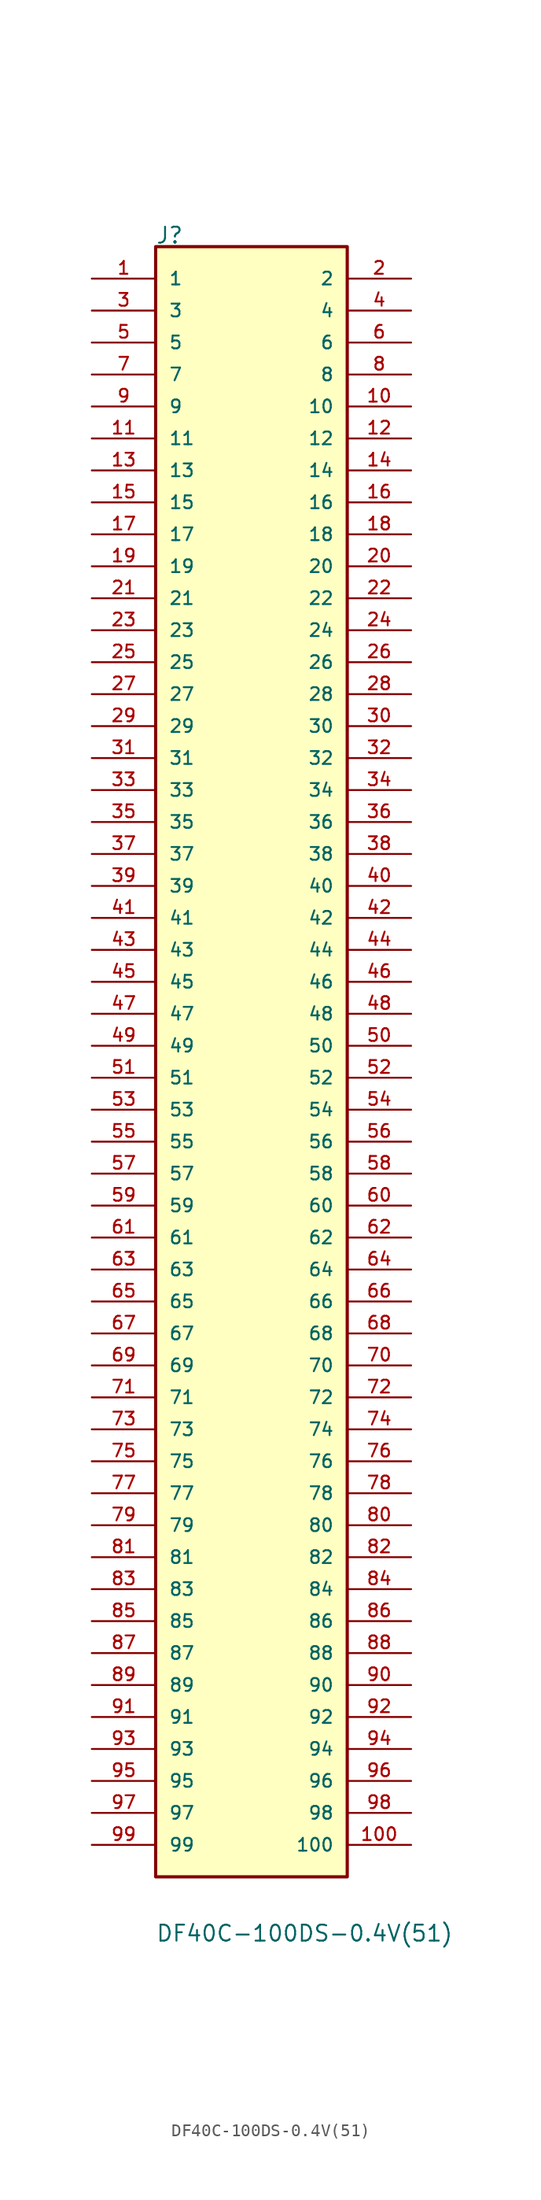
<source format=kicad_sym>
(kicad_symbol_lib
  (version 20211014)
  (generator kicad_symbol_editor)
  (symbol "DF40C-100DS-0.4V(51)"
    (pin_names
      (offset 1.016))
    (property "Reference" "J"
      (at -7.638 63.653 0)
      (effects (font (size 1.27 1.27)) (justify bottom left)))
    (property "Value" "DF40C-100DS-0.4V(51)"
      (at -7.636 -71.272 0)
      (effects (font (size 1.27 1.27)) (justify bottom left)))
    (symbol "DF40C-100DS-0.4V(51)_0_0"
      (rectangle (start -7.62 -66.04) (end 7.62 63.5) (stroke (width 0.254)) (fill (type background)))
      (pin passive line (at -12.7 60.96 0) (length 5.08) (name "1" (effects (font (size 1.016 1.016)))) (number "1" (effects (font (size 1.016 1.016)))))
      (pin passive line (at 12.7 60.96 180.0) (length 5.08) (name "2" (effects (font (size 1.016 1.016)))) (number "2" (effects (font (size 1.016 1.016)))))
      (pin passive line (at -12.7 58.42 0) (length 5.08) (name "3" (effects (font (size 1.016 1.016)))) (number "3" (effects (font (size 1.016 1.016)))))
      (pin passive line (at 12.7 58.42 180.0) (length 5.08) (name "4" (effects (font (size 1.016 1.016)))) (number "4" (effects (font (size 1.016 1.016)))))
      (pin passive line (at -12.7 55.88 0) (length 5.08) (name "5" (effects (font (size 1.016 1.016)))) (number "5" (effects (font (size 1.016 1.016)))))
      (pin passive line (at 12.7 55.88 180.0) (length 5.08) (name "6" (effects (font (size 1.016 1.016)))) (number "6" (effects (font (size 1.016 1.016)))))
      (pin passive line (at -12.7 53.34 0) (length 5.08) (name "7" (effects (font (size 1.016 1.016)))) (number "7" (effects (font (size 1.016 1.016)))))
      (pin passive line (at 12.7 53.34 180.0) (length 5.08) (name "8" (effects (font (size 1.016 1.016)))) (number "8" (effects (font (size 1.016 1.016)))))
      (pin passive line (at -12.7 50.8 0) (length 5.08) (name "9" (effects (font (size 1.016 1.016)))) (number "9" (effects (font (size 1.016 1.016)))))
      (pin passive line (at 12.7 50.8 180.0) (length 5.08) (name "10" (effects (font (size 1.016 1.016)))) (number "10" (effects (font (size 1.016 1.016)))))
      (pin passive line (at -12.7 48.26 0) (length 5.08) (name "11" (effects (font (size 1.016 1.016)))) (number "11" (effects (font (size 1.016 1.016)))))
      (pin passive line (at 12.7 48.26 180.0) (length 5.08) (name "12" (effects (font (size 1.016 1.016)))) (number "12" (effects (font (size 1.016 1.016)))))
      (pin passive line (at -12.7 45.72 0) (length 5.08) (name "13" (effects (font (size 1.016 1.016)))) (number "13" (effects (font (size 1.016 1.016)))))
      (pin passive line (at 12.7 45.72 180.0) (length 5.08) (name "14" (effects (font (size 1.016 1.016)))) (number "14" (effects (font (size 1.016 1.016)))))
      (pin passive line (at -12.7 43.18 0) (length 5.08) (name "15" (effects (font (size 1.016 1.016)))) (number "15" (effects (font (size 1.016 1.016)))))
      (pin passive line (at 12.7 43.18 180.0) (length 5.08) (name "16" (effects (font (size 1.016 1.016)))) (number "16" (effects (font (size 1.016 1.016)))))
      (pin passive line (at -12.7 40.64 0) (length 5.08) (name "17" (effects (font (size 1.016 1.016)))) (number "17" (effects (font (size 1.016 1.016)))))
      (pin passive line (at 12.7 40.64 180.0) (length 5.08) (name "18" (effects (font (size 1.016 1.016)))) (number "18" (effects (font (size 1.016 1.016)))))
      (pin passive line (at -12.7 38.1 0) (length 5.08) (name "19" (effects (font (size 1.016 1.016)))) (number "19" (effects (font (size 1.016 1.016)))))
      (pin passive line (at 12.7 38.1 180.0) (length 5.08) (name "20" (effects (font (size 1.016 1.016)))) (number "20" (effects (font (size 1.016 1.016)))))
      (pin passive line (at -12.7 35.56 0) (length 5.08) (name "21" (effects (font (size 1.016 1.016)))) (number "21" (effects (font (size 1.016 1.016)))))
      (pin passive line (at 12.7 35.56 180.0) (length 5.08) (name "22" (effects (font (size 1.016 1.016)))) (number "22" (effects (font (size 1.016 1.016)))))
      (pin passive line (at -12.7 33.02 0) (length 5.08) (name "23" (effects (font (size 1.016 1.016)))) (number "23" (effects (font (size 1.016 1.016)))))
      (pin passive line (at 12.7 33.02 180.0) (length 5.08) (name "24" (effects (font (size 1.016 1.016)))) (number "24" (effects (font (size 1.016 1.016)))))
      (pin passive line (at -12.7 30.48 0) (length 5.08) (name "25" (effects (font (size 1.016 1.016)))) (number "25" (effects (font (size 1.016 1.016)))))
      (pin passive line (at 12.7 30.48 180.0) (length 5.08) (name "26" (effects (font (size 1.016 1.016)))) (number "26" (effects (font (size 1.016 1.016)))))
      (pin passive line (at -12.7 27.94 0) (length 5.08) (name "27" (effects (font (size 1.016 1.016)))) (number "27" (effects (font (size 1.016 1.016)))))
      (pin passive line (at 12.7 27.94 180.0) (length 5.08) (name "28" (effects (font (size 1.016 1.016)))) (number "28" (effects (font (size 1.016 1.016)))))
      (pin passive line (at -12.7 25.4 0) (length 5.08) (name "29" (effects (font (size 1.016 1.016)))) (number "29" (effects (font (size 1.016 1.016)))))
      (pin passive line (at 12.7 25.4 180.0) (length 5.08) (name "30" (effects (font (size 1.016 1.016)))) (number "30" (effects (font (size 1.016 1.016)))))
      (pin passive line (at -12.7 22.86 0) (length 5.08) (name "31" (effects (font (size 1.016 1.016)))) (number "31" (effects (font (size 1.016 1.016)))))
      (pin passive line (at 12.7 22.86 180.0) (length 5.08) (name "32" (effects (font (size 1.016 1.016)))) (number "32" (effects (font (size 1.016 1.016)))))
      (pin passive line (at -12.7 20.32 0) (length 5.08) (name "33" (effects (font (size 1.016 1.016)))) (number "33" (effects (font (size 1.016 1.016)))))
      (pin passive line (at 12.7 20.32 180.0) (length 5.08) (name "34" (effects (font (size 1.016 1.016)))) (number "34" (effects (font (size 1.016 1.016)))))
      (pin passive line (at -12.7 17.78 0) (length 5.08) (name "35" (effects (font (size 1.016 1.016)))) (number "35" (effects (font (size 1.016 1.016)))))
      (pin passive line (at 12.7 17.78 180.0) (length 5.08) (name "36" (effects (font (size 1.016 1.016)))) (number "36" (effects (font (size 1.016 1.016)))))
      (pin passive line (at -12.7 15.24 0) (length 5.08) (name "37" (effects (font (size 1.016 1.016)))) (number "37" (effects (font (size 1.016 1.016)))))
      (pin passive line (at 12.7 15.24 180.0) (length 5.08) (name "38" (effects (font (size 1.016 1.016)))) (number "38" (effects (font (size 1.016 1.016)))))
      (pin passive line (at -12.7 12.7 0) (length 5.08) (name "39" (effects (font (size 1.016 1.016)))) (number "39" (effects (font (size 1.016 1.016)))))
      (pin passive line (at 12.7 12.7 180.0) (length 5.08) (name "40" (effects (font (size 1.016 1.016)))) (number "40" (effects (font (size 1.016 1.016)))))
      (pin passive line (at -12.7 10.16 0) (length 5.08) (name "41" (effects (font (size 1.016 1.016)))) (number "41" (effects (font (size 1.016 1.016)))))
      (pin passive line (at 12.7 10.16 180.0) (length 5.08) (name "42" (effects (font (size 1.016 1.016)))) (number "42" (effects (font (size 1.016 1.016)))))
      (pin passive line (at -12.7 7.62 0) (length 5.08) (name "43" (effects (font (size 1.016 1.016)))) (number "43" (effects (font (size 1.016 1.016)))))
      (pin passive line (at 12.7 7.62 180.0) (length 5.08) (name "44" (effects (font (size 1.016 1.016)))) (number "44" (effects (font (size 1.016 1.016)))))
      (pin passive line (at -12.7 5.08 0) (length 5.08) (name "45" (effects (font (size 1.016 1.016)))) (number "45" (effects (font (size 1.016 1.016)))))
      (pin passive line (at 12.7 5.08 180.0) (length 5.08) (name "46" (effects (font (size 1.016 1.016)))) (number "46" (effects (font (size 1.016 1.016)))))
      (pin passive line (at -12.7 2.54 0) (length 5.08) (name "47" (effects (font (size 1.016 1.016)))) (number "47" (effects (font (size 1.016 1.016)))))
      (pin passive line (at 12.7 2.54 180.0) (length 5.08) (name "48" (effects (font (size 1.016 1.016)))) (number "48" (effects (font (size 1.016 1.016)))))
      (pin passive line (at -12.7 0.0 0) (length 5.08) (name "49" (effects (font (size 1.016 1.016)))) (number "49" (effects (font (size 1.016 1.016)))))
      (pin passive line (at 12.7 0.0 180.0) (length 5.08) (name "50" (effects (font (size 1.016 1.016)))) (number "50" (effects (font (size 1.016 1.016)))))
      (pin passive line (at -12.7 -2.54 0) (length 5.08) (name "51" (effects (font (size 1.016 1.016)))) (number "51" (effects (font (size 1.016 1.016)))))
      (pin passive line (at 12.7 -2.54 180.0) (length 5.08) (name "52" (effects (font (size 1.016 1.016)))) (number "52" (effects (font (size 1.016 1.016)))))
      (pin passive line (at -12.7 -5.08 0) (length 5.08) (name "53" (effects (font (size 1.016 1.016)))) (number "53" (effects (font (size 1.016 1.016)))))
      (pin passive line (at 12.7 -5.08 180.0) (length 5.08) (name "54" (effects (font (size 1.016 1.016)))) (number "54" (effects (font (size 1.016 1.016)))))
      (pin passive line (at -12.7 -7.62 0) (length 5.08) (name "55" (effects (font (size 1.016 1.016)))) (number "55" (effects (font (size 1.016 1.016)))))
      (pin passive line (at 12.7 -7.62 180.0) (length 5.08) (name "56" (effects (font (size 1.016 1.016)))) (number "56" (effects (font (size 1.016 1.016)))))
      (pin passive line (at -12.7 -10.16 0) (length 5.08) (name "57" (effects (font (size 1.016 1.016)))) (number "57" (effects (font (size 1.016 1.016)))))
      (pin passive line (at 12.7 -10.16 180.0) (length 5.08) (name "58" (effects (font (size 1.016 1.016)))) (number "58" (effects (font (size 1.016 1.016)))))
      (pin passive line (at -12.7 -12.7 0) (length 5.08) (name "59" (effects (font (size 1.016 1.016)))) (number "59" (effects (font (size 1.016 1.016)))))
      (pin passive line (at 12.7 -12.7 180.0) (length 5.08) (name "60" (effects (font (size 1.016 1.016)))) (number "60" (effects (font (size 1.016 1.016)))))
      (pin passive line (at -12.7 -15.24 0) (length 5.08) (name "61" (effects (font (size 1.016 1.016)))) (number "61" (effects (font (size 1.016 1.016)))))
      (pin passive line (at 12.7 -15.24 180.0) (length 5.08) (name "62" (effects (font (size 1.016 1.016)))) (number "62" (effects (font (size 1.016 1.016)))))
      (pin passive line (at -12.7 -17.78 0) (length 5.08) (name "63" (effects (font (size 1.016 1.016)))) (number "63" (effects (font (size 1.016 1.016)))))
      (pin passive line (at 12.7 -17.78 180.0) (length 5.08) (name "64" (effects (font (size 1.016 1.016)))) (number "64" (effects (font (size 1.016 1.016)))))
      (pin passive line (at -12.7 -20.32 0) (length 5.08) (name "65" (effects (font (size 1.016 1.016)))) (number "65" (effects (font (size 1.016 1.016)))))
      (pin passive line (at 12.7 -20.32 180.0) (length 5.08) (name "66" (effects (font (size 1.016 1.016)))) (number "66" (effects (font (size 1.016 1.016)))))
      (pin passive line (at -12.7 -22.86 0) (length 5.08) (name "67" (effects (font (size 1.016 1.016)))) (number "67" (effects (font (size 1.016 1.016)))))
      (pin passive line (at 12.7 -22.86 180.0) (length 5.08) (name "68" (effects (font (size 1.016 1.016)))) (number "68" (effects (font (size 1.016 1.016)))))
      (pin passive line (at -12.7 -25.4 0) (length 5.08) (name "69" (effects (font (size 1.016 1.016)))) (number "69" (effects (font (size 1.016 1.016)))))
      (pin passive line (at 12.7 -25.4 180.0) (length 5.08) (name "70" (effects (font (size 1.016 1.016)))) (number "70" (effects (font (size 1.016 1.016)))))
      (pin passive line (at -12.7 -27.94 0) (length 5.08) (name "71" (effects (font (size 1.016 1.016)))) (number "71" (effects (font (size 1.016 1.016)))))
      (pin passive line (at 12.7 -27.94 180.0) (length 5.08) (name "72" (effects (font (size 1.016 1.016)))) (number "72" (effects (font (size 1.016 1.016)))))
      (pin passive line (at -12.7 -30.48 0) (length 5.08) (name "73" (effects (font (size 1.016 1.016)))) (number "73" (effects (font (size 1.016 1.016)))))
      (pin passive line (at 12.7 -30.48 180.0) (length 5.08) (name "74" (effects (font (size 1.016 1.016)))) (number "74" (effects (font (size 1.016 1.016)))))
      (pin passive line (at -12.7 -33.02 0) (length 5.08) (name "75" (effects (font (size 1.016 1.016)))) (number "75" (effects (font (size 1.016 1.016)))))
      (pin passive line (at 12.7 -33.02 180.0) (length 5.08) (name "76" (effects (font (size 1.016 1.016)))) (number "76" (effects (font (size 1.016 1.016)))))
      (pin passive line (at -12.7 -35.56 0) (length 5.08) (name "77" (effects (font (size 1.016 1.016)))) (number "77" (effects (font (size 1.016 1.016)))))
      (pin passive line (at 12.7 -35.56 180.0) (length 5.08) (name "78" (effects (font (size 1.016 1.016)))) (number "78" (effects (font (size 1.016 1.016)))))
      (pin passive line (at -12.7 -38.1 0) (length 5.08) (name "79" (effects (font (size 1.016 1.016)))) (number "79" (effects (font (size 1.016 1.016)))))
      (pin passive line (at 12.7 -38.1 180.0) (length 5.08) (name "80" (effects (font (size 1.016 1.016)))) (number "80" (effects (font (size 1.016 1.016)))))
      (pin passive line (at -12.7 -40.64 0) (length 5.08) (name "81" (effects (font (size 1.016 1.016)))) (number "81" (effects (font (size 1.016 1.016)))))
      (pin passive line (at 12.7 -40.64 180.0) (length 5.08) (name "82" (effects (font (size 1.016 1.016)))) (number "82" (effects (font (size 1.016 1.016)))))
      (pin passive line (at -12.7 -43.18 0) (length 5.08) (name "83" (effects (font (size 1.016 1.016)))) (number "83" (effects (font (size 1.016 1.016)))))
      (pin passive line (at 12.7 -43.18 180.0) (length 5.08) (name "84" (effects (font (size 1.016 1.016)))) (number "84" (effects (font (size 1.016 1.016)))))
      (pin passive line (at -12.7 -45.72 0) (length 5.08) (name "85" (effects (font (size 1.016 1.016)))) (number "85" (effects (font (size 1.016 1.016)))))
      (pin passive line (at 12.7 -45.72 180.0) (length 5.08) (name "86" (effects (font (size 1.016 1.016)))) (number "86" (effects (font (size 1.016 1.016)))))
      (pin passive line (at -12.7 -48.26 0) (length 5.08) (name "87" (effects (font (size 1.016 1.016)))) (number "87" (effects (font (size 1.016 1.016)))))
      (pin passive line (at 12.7 -48.26 180.0) (length 5.08) (name "88" (effects (font (size 1.016 1.016)))) (number "88" (effects (font (size 1.016 1.016)))))
      (pin passive line (at -12.7 -50.8 0) (length 5.08) (name "89" (effects (font (size 1.016 1.016)))) (number "89" (effects (font (size 1.016 1.016)))))
      (pin passive line (at 12.7 -50.8 180.0) (length 5.08) (name "90" (effects (font (size 1.016 1.016)))) (number "90" (effects (font (size 1.016 1.016)))))
      (pin passive line (at -12.7 -53.34 0) (length 5.08) (name "91" (effects (font (size 1.016 1.016)))) (number "91" (effects (font (size 1.016 1.016)))))
      (pin passive line (at 12.7 -53.34 180.0) (length 5.08) (name "92" (effects (font (size 1.016 1.016)))) (number "92" (effects (font (size 1.016 1.016)))))
      (pin passive line (at -12.7 -55.88 0) (length 5.08) (name "93" (effects (font (size 1.016 1.016)))) (number "93" (effects (font (size 1.016 1.016)))))
      (pin passive line (at 12.7 -55.88 180.0) (length 5.08) (name "94" (effects (font (size 1.016 1.016)))) (number "94" (effects (font (size 1.016 1.016)))))
      (pin passive line (at -12.7 -58.42 0) (length 5.08) (name "95" (effects (font (size 1.016 1.016)))) (number "95" (effects (font (size 1.016 1.016)))))
      (pin passive line (at 12.7 -58.42 180.0) (length 5.08) (name "96" (effects (font (size 1.016 1.016)))) (number "96" (effects (font (size 1.016 1.016)))))
      (pin passive line (at -12.7 -60.96 0) (length 5.08) (name "97" (effects (font (size 1.016 1.016)))) (number "97" (effects (font (size 1.016 1.016)))))
      (pin passive line (at 12.7 -60.96 180.0) (length 5.08) (name "98" (effects (font (size 1.016 1.016)))) (number "98" (effects (font (size 1.016 1.016)))))
      (pin passive line (at -12.7 -63.5 0) (length 5.08) (name "99" (effects (font (size 1.016 1.016)))) (number "99" (effects (font (size 1.016 1.016)))))
      (pin passive line (at 12.7 -63.5 180.0) (length 5.08) (name "100" (effects (font (size 1.016 1.016)))) (number "100" (effects (font (size 1.016 1.016))))))))
</source>
